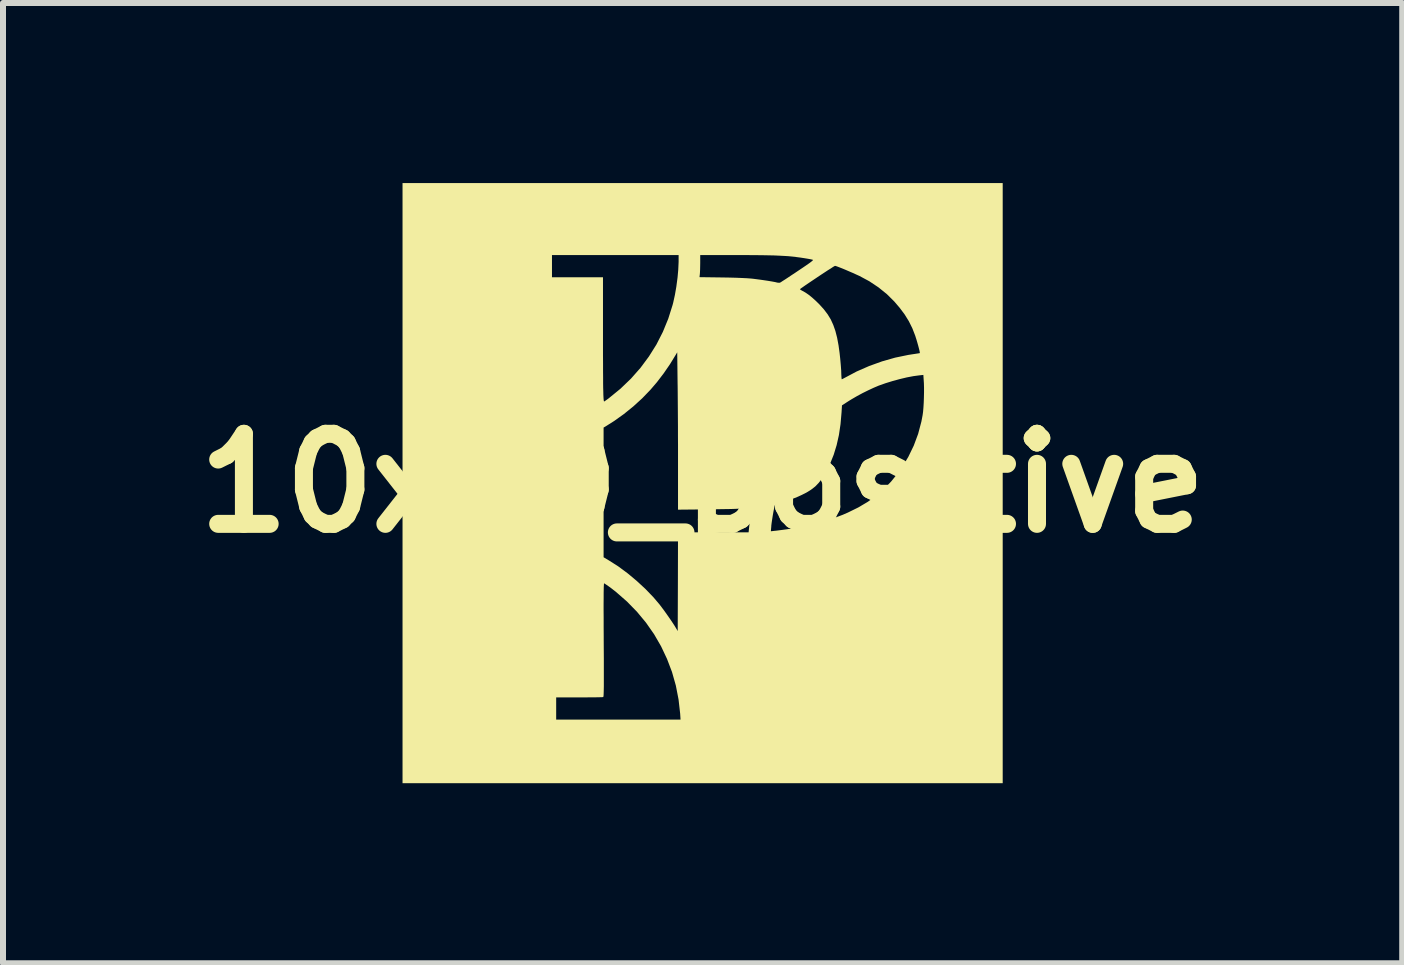
<source format=kicad_pcb>
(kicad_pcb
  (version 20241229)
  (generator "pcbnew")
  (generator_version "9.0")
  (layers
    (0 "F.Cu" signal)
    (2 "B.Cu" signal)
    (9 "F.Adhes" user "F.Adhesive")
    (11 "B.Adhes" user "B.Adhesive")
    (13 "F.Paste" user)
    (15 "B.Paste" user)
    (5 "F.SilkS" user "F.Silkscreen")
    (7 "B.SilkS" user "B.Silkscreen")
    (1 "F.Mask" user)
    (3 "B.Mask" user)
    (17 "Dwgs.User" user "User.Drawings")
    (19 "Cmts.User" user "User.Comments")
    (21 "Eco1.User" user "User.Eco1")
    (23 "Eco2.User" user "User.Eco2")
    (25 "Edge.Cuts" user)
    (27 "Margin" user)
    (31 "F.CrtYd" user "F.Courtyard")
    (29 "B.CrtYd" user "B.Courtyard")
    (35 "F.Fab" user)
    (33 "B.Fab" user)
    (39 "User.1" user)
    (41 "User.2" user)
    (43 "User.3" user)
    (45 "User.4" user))
  (footprint "10x10_positive"
    (layer "F.Cu")
    (at 8.657 5)
    (property "Reference" "10x10_positive" (at 0 0 0) (layer "F.SilkS") (effects (font (size 1.5 1.5) (thickness 0.3))))
    (attr board_only exclude_from_pos_files exclude_from_bom)
    (fp_poly (pts (xy 5 0) (xy 5 5) (xy 0 5) (xy -5 5) (xy -5 3.57) (xy -2.44 3.57) (xy -2.44 3.755) (xy -2.44 3.94) (xy -1.404 3.94) (xy -0.368 3.94) (xy -0.374 3.842) (xy -0.401 3.605) (xy -0.446 3.373) (xy -0.51 3.147) (xy -0.593 2.929) (xy -0.692 2.719) (xy -0.809 2.517) (xy -0.943 2.325) (xy -1.094 2.143) (xy -1.26 1.973) (xy -1.442 1.814) (xy -1.521 1.752) (xy -1.562 1.722) (xy -1.598 1.697) (xy -1.625 1.679) (xy -1.64 1.67) (xy -1.642 1.67) (xy -1.644 1.676) (xy -1.645 1.695) (xy -1.647 1.728) (xy -1.648 1.774) (xy -1.649 1.836) (xy -1.649 1.913) (xy -1.65 2.006) (xy -1.65 2.116) (xy -1.649 2.244) (xy -1.649 2.391) (xy -1.648 2.556) (xy -1.648 2.614) (xy -1.647 2.775) (xy -1.646 2.917) (xy -1.646 3.041) (xy -1.646 3.149) (xy -1.646 3.241) (xy -1.646 3.319) (xy -1.646 3.384) (xy -1.647 3.436) (xy -1.648 3.478) (xy -1.649 3.51) (xy -1.65 3.534) (xy -1.652 3.55) (xy -1.654 3.559) (xy -1.656 3.564) (xy -1.657 3.564) (xy -1.67 3.566) (xy -1.701 3.567) (xy -1.747 3.568) (xy -1.806 3.569) (xy -1.877 3.569) (xy -1.955 3.57) (xy -2.041 3.57) (xy -2.056 3.57) (xy -2.44 3.57) (xy -5 3.57) (xy -5 0) (xy -5 -0.926) (xy -1.65 -0.926) (xy -1.65 0.155) (xy -1.65 1.235) (xy -1.558 1.29) (xy -1.404 1.388) (xy -1.249 1.503) (xy -1.098 1.629) (xy -0.953 1.763) (xy -0.82 1.901) (xy -0.719 2.02) (xy -0.681 2.07) (xy -0.637 2.129) (xy -0.591 2.194) (xy -0.545 2.26) (xy -0.503 2.322) (xy -0.467 2.377) (xy -0.444 2.415) (xy -0.415 2.465) (xy -0.412 1.643) (xy -0.41 0.82) (xy 0.178 0.82) (xy 0.766 0.82) (xy 0.768 0.802) (xy 1.137 0.802) (xy 1.196 0.795) (xy 1.228 0.792) (xy 1.274 0.786) (xy 1.328 0.779) (xy 1.387 0.771) (xy 1.403 0.769) (xy 1.652 0.728) (xy 1.891 0.675) (xy 2.118 0.608) (xy 2.331 0.529) (xy 2.421 0.49) (xy 2.594 0.405) (xy 2.751 0.312) (xy 2.893 0.21) (xy 3.022 0.098) (xy 3.143 -0.029) (xy 3.256 -0.17) (xy 3.318 -0.258) (xy 3.427 -0.437) (xy 3.518 -0.625) (xy 3.591 -0.821) (xy 3.645 -1.025) (xy 3.665 -1.13) (xy 3.673 -1.186) (xy 3.679 -1.256) (xy 3.684 -1.337) (xy 3.687 -1.423) (xy 3.689 -1.51) (xy 3.689 -1.592) (xy 3.687 -1.665) (xy 3.685 -1.694) (xy 3.678 -1.803) (xy 3.611 -1.796) (xy 3.514 -1.783) (xy 3.403 -1.762) (xy 3.286 -1.734) (xy 3.165 -1.701) (xy 3.048 -1.665) (xy 2.938 -1.626) (xy 2.93 -1.623) (xy 2.85 -1.589) (xy 2.76 -1.547) (xy 2.665 -1.5) (xy 2.572 -1.45) (xy 2.486 -1.4) (xy 2.437 -1.37) (xy 2.322 -1.296) (xy 2.315 -1.181) (xy 2.298 -0.984) (xy 2.271 -0.802) (xy 2.233 -0.633) (xy 2.184 -0.473) (xy 2.123 -0.321) (xy 2.091 -0.255) (xy 2.039 -0.156) (xy 1.988 -0.073) (xy 1.934 -0.004) (xy 1.876 0.056) (xy 1.809 0.108) (xy 1.732 0.156) (xy 1.655 0.195) (xy 1.588 0.226) (xy 1.513 0.256) (xy 1.436 0.284) (xy 1.362 0.308) (xy 1.296 0.326) (xy 1.25 0.336) (xy 1.223 0.343) (xy 1.209 0.355) (xy 1.2 0.379) (xy 1.191 0.42) (xy 1.18 0.475) (xy 1.169 0.538) (xy 1.159 0.602) (xy 1.15 0.662) (xy 1.144 0.712) (xy 1.144 0.722) (xy 1.137 0.802) (xy 0.768 0.802) (xy 0.779 0.699) (xy 0.785 0.641) (xy 0.793 0.582) (xy 0.8 0.528) (xy 0.806 0.497) (xy 0.812 0.459) (xy 0.816 0.431) (xy 0.818 0.415) (xy 0.817 0.414) (xy 0.807 0.414) (xy 0.781 0.416) (xy 0.745 0.419) (xy 0.72 0.421) (xy 0.691 0.423) (xy 0.645 0.425) (xy 0.583 0.427) (xy 0.508 0.43) (xy 0.423 0.432) (xy 0.33 0.433) (xy 0.23 0.435) (xy 0.127 0.436) (xy 0.107 0.437) (xy -0.41 0.442) (xy -0.41 -0.351) (xy -0.41 -0.493) (xy -0.41 -0.641) (xy -0.411 -0.793) (xy -0.411 -0.946) (xy -0.412 -1.096) (xy -0.413 -1.24) (xy -0.414 -1.376) (xy -0.415 -1.5) (xy -0.416 -1.608) (xy -0.417 -1.663) (xy -0.423 -2.18) (xy -0.448 -2.138) (xy -0.545 -1.98) (xy -0.651 -1.826) (xy -0.762 -1.681) (xy -0.87 -1.555) (xy -1.006 -1.414) (xy -1.155 -1.278) (xy -1.312 -1.151) (xy -1.473 -1.036) (xy -1.617 -0.945) (xy -1.65 -0.926) (xy -5 -0.926) (xy -5 -3.615) (xy -2.51 -3.615) (xy -2.51 -3.43) (xy -2.085 -3.43) (xy -1.66 -3.43) (xy -1.66 -2.462) (xy -1.66 -2.286) (xy -1.66 -2.128) (xy -1.659 -1.989) (xy -1.659 -1.866) (xy -1.658 -1.759) (xy -1.658 -1.668) (xy -1.657 -1.591) (xy -1.655 -1.526) (xy -1.654 -1.474) (xy -1.652 -1.433) (xy -1.65 -1.402) (xy -1.648 -1.381) (xy -1.645 -1.367) (xy -1.643 -1.361) (xy -1.641 -1.36) (xy -1.631 -1.366) (xy -1.609 -1.381) (xy -1.578 -1.403) (xy -1.56 -1.417) (xy -1.369 -1.573) (xy -1.194 -1.741) (xy -1.036 -1.92) (xy -0.895 -2.11) (xy -0.77 -2.309) (xy -0.663 -2.519) (xy -0.573 -2.738) (xy -0.501 -2.966) (xy -0.49 -3.008) (xy -0.462 -3.135) (xy -0.445 -3.232) (xy 1.622 -3.232) (xy 1.629 -3.223) (xy 1.649 -3.211) (xy 1.662 -3.204) (xy 1.709 -3.178) (xy 1.765 -3.14) (xy 1.826 -3.091) (xy 1.889 -3.034) (xy 1.945 -2.979) (xy 2.02 -2.896) (xy 2.083 -2.813) (xy 2.135 -2.728) (xy 2.177 -2.636) (xy 2.212 -2.536) (xy 2.241 -2.423) (xy 2.265 -2.294) (xy 2.269 -2.264) (xy 2.282 -2.17) (xy 2.293 -2.069) (xy 2.302 -1.969) (xy 2.309 -1.876) (xy 2.311 -1.808) (xy 2.313 -1.771) (xy 2.315 -1.744) (xy 2.318 -1.731) (xy 2.319 -1.73) (xy 2.33 -1.735) (xy 2.353 -1.747) (xy 2.37 -1.756) (xy 2.566 -1.86) (xy 2.774 -1.951) (xy 2.99 -2.029) (xy 3.208 -2.091) (xy 3.425 -2.136) (xy 3.495 -2.147) (xy 3.542 -2.154) (xy 3.58 -2.16) (xy 3.607 -2.164) (xy 3.619 -2.167) (xy 3.619 -2.167) (xy 3.619 -2.177) (xy 3.614 -2.204) (xy 3.605 -2.241) (xy 3.593 -2.287) (xy 3.579 -2.337) (xy 3.564 -2.388) (xy 3.549 -2.435) (xy 3.543 -2.455) (xy 3.494 -2.581) (xy 3.436 -2.698) (xy 3.366 -2.811) (xy 3.282 -2.923) (xy 3.194 -3.026) (xy 3.07 -3.149) (xy 2.93 -3.262) (xy 2.777 -3.364) (xy 2.615 -3.451) (xy 2.562 -3.475) (xy 2.503 -3.502) (xy 2.442 -3.528) (xy 2.382 -3.554) (xy 2.327 -3.577) (xy 2.278 -3.596) (xy 2.239 -3.611) (xy 2.214 -3.619) (xy 2.206 -3.62) (xy 2.195 -3.615) (xy 2.17 -3.6) (xy 2.134 -3.576) (xy 2.087 -3.547) (xy 2.034 -3.512) (xy 1.976 -3.474) (xy 1.916 -3.434) (xy 1.855 -3.393) (xy 1.797 -3.354) (xy 1.743 -3.318) (xy 1.697 -3.286) (xy 1.66 -3.26) (xy 1.634 -3.242) (xy 1.623 -3.232) (xy 1.622 -3.232) (xy -0.445 -3.232) (xy -0.438 -3.273) (xy -0.419 -3.416) (xy -0.417 -3.432) (xy -0.052 -3.432) (xy 0.326 -3.427) (xy 0.448 -3.425) (xy 0.559 -3.422) (xy 0.657 -3.418) (xy 0.739 -3.414) (xy 0.804 -3.409) (xy 0.836 -3.406) (xy 0.898 -3.398) (xy 0.966 -3.389) (xy 1.035 -3.379) (xy 1.101 -3.369) (xy 1.16 -3.359) (xy 1.208 -3.35) (xy 1.241 -3.342) (xy 1.245 -3.341) (xy 1.277 -3.338) (xy 1.295 -3.343) (xy 1.308 -3.351) (xy 1.335 -3.369) (xy 1.375 -3.394) (xy 1.425 -3.427) (xy 1.483 -3.466) (xy 1.547 -3.508) (xy 1.584 -3.533) (xy 1.666 -3.588) (xy 1.732 -3.633) (xy 1.782 -3.668) (xy 1.816 -3.694) (xy 1.835 -3.711) (xy 1.84 -3.719) (xy 1.839 -3.72) (xy 1.823 -3.725) (xy 1.79 -3.732) (xy 1.745 -3.74) (xy 1.69 -3.749) (xy 1.631 -3.758) (xy 1.569 -3.766) (xy 1.545 -3.77) (xy 1.486 -3.776) (xy 1.423 -3.782) (xy 1.354 -3.786) (xy 1.277 -3.79) (xy 1.19 -3.794) (xy 1.092 -3.796) (xy 0.981 -3.798) (xy 0.855 -3.799) (xy 0.712 -3.8) (xy 0.559 -3.8) (xy -0.04 -3.8) (xy -0.04 -3.667) (xy -0.041 -3.613) (xy -0.042 -3.56) (xy -0.044 -3.515) (xy -0.046 -3.485) (xy -0.046 -3.484) (xy -0.052 -3.432) (xy -0.417 -3.432) (xy -0.406 -3.556) (xy -0.4 -3.687) (xy -0.4 -3.716) (xy -0.4 -3.8) (xy -1.455 -3.8) (xy -2.51 -3.8) (xy -2.51 -3.615) (xy -5 -3.615) (xy -5 -5) (xy 0 -5) (xy 5 -5)) (stroke (width 0) (type solid)) (fill yes) (layer "F.SilkS")))
  (gr_rect
    (start -3 -3)
    (end 20.314 13)
    (stroke (width 0.1) (type default))
    (fill no)
    (layer "Edge.Cuts")))
</source>
